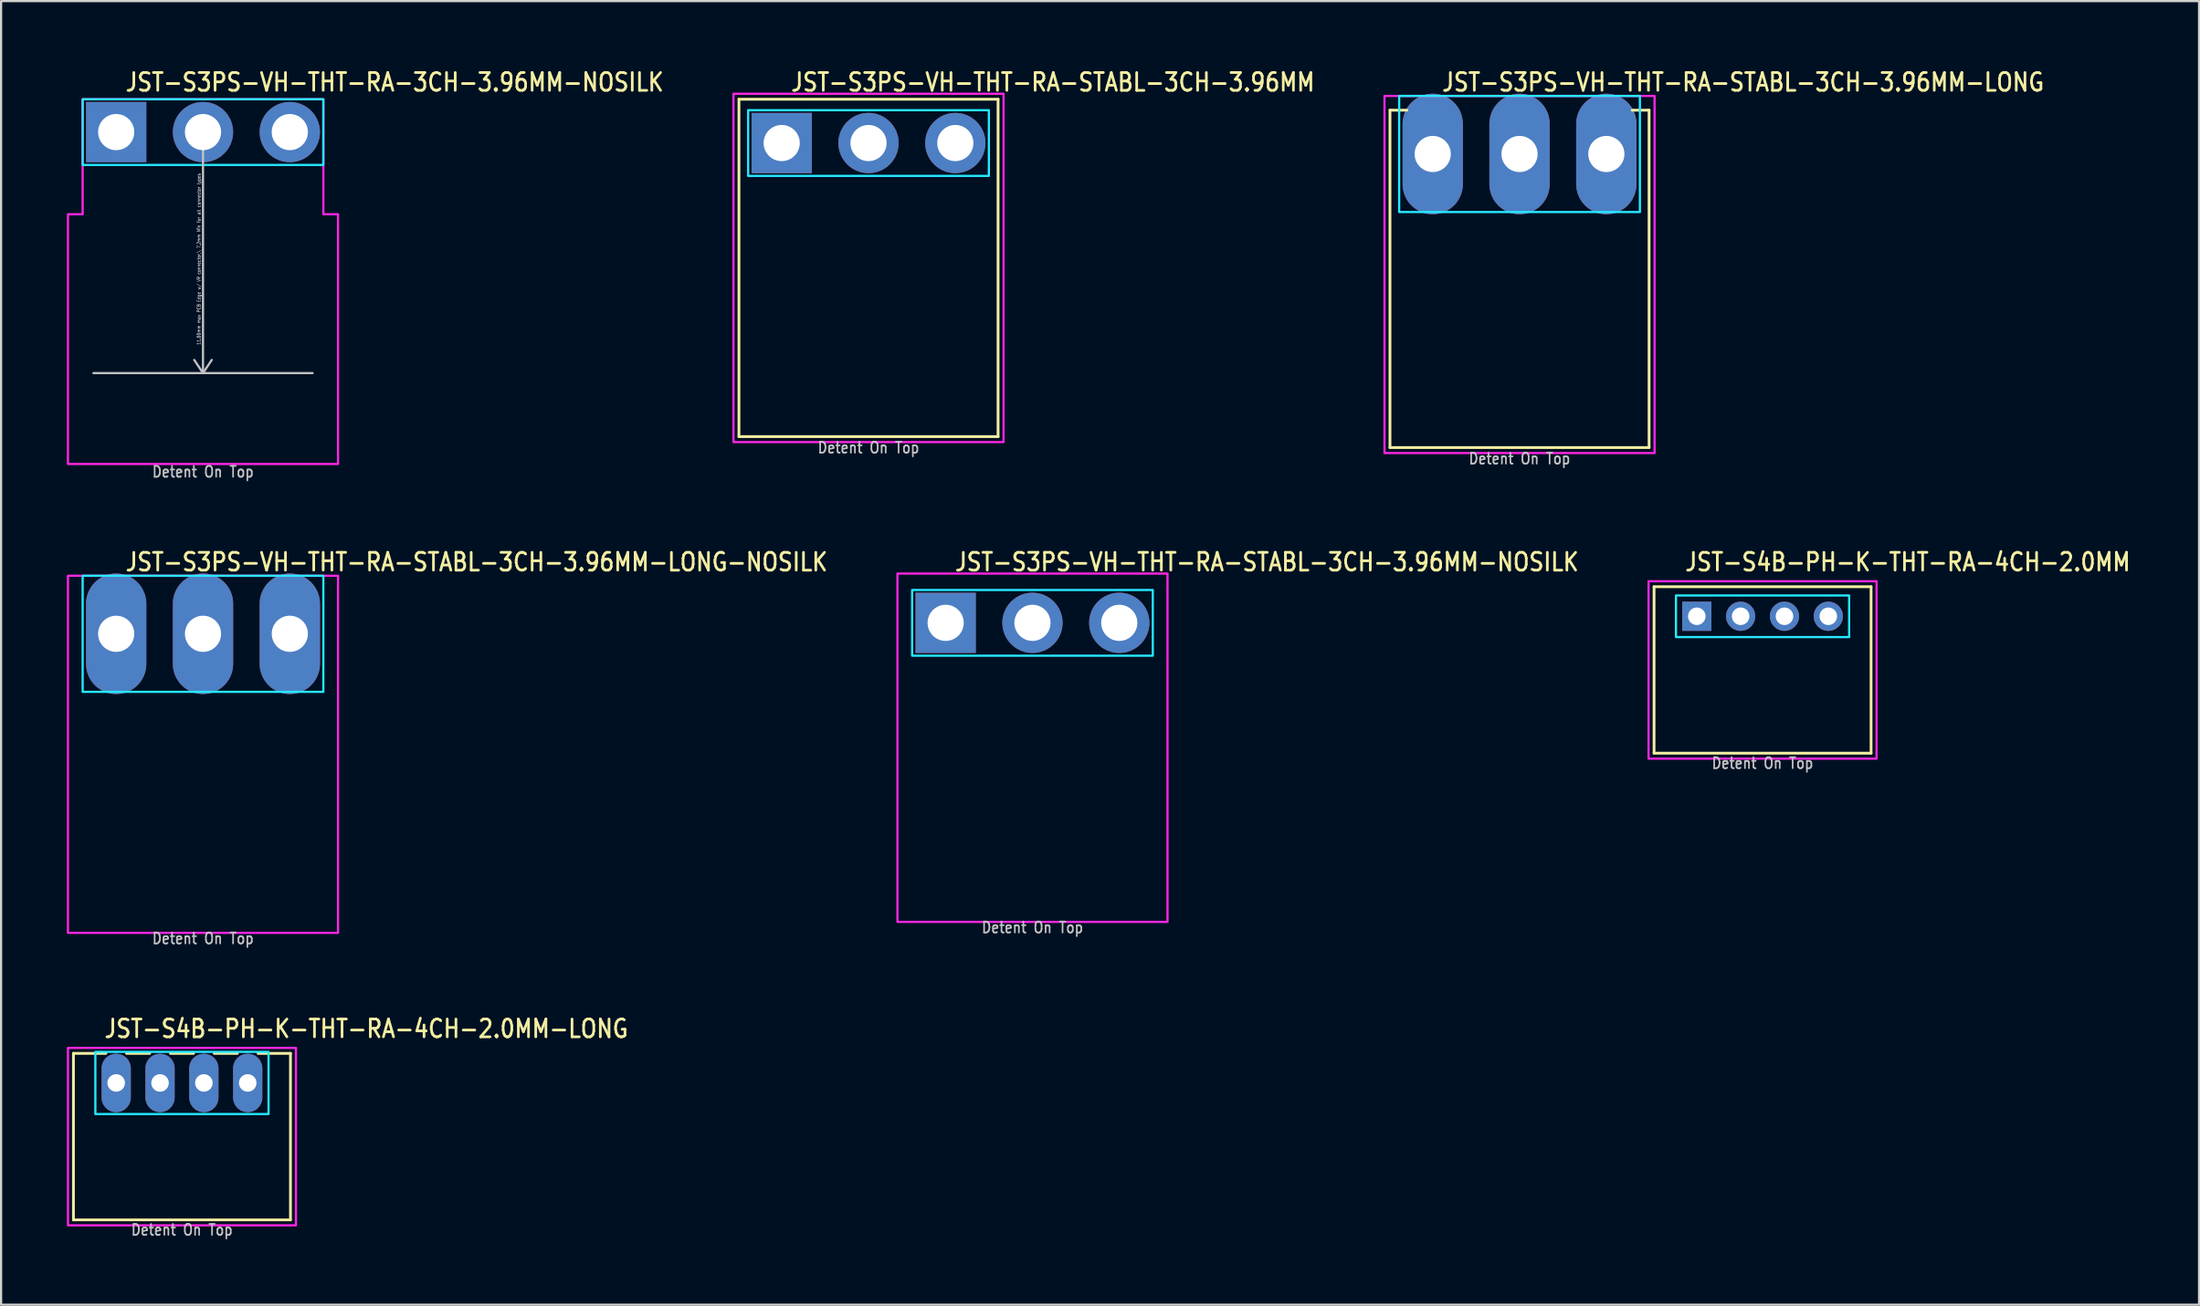
<source format=kicad_pcb>
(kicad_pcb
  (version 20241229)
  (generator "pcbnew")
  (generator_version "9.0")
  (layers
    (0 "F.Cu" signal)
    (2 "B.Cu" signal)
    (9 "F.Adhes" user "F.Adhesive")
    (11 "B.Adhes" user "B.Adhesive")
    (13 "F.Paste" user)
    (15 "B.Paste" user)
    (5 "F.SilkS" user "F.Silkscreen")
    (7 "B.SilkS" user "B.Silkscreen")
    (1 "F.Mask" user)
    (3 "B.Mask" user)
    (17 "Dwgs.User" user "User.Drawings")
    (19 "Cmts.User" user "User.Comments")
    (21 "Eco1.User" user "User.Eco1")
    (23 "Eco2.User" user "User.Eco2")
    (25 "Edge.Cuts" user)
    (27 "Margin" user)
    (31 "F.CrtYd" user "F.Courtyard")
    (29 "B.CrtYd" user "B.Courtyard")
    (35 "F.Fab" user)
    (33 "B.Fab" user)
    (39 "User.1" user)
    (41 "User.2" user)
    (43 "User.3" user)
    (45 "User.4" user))
  (footprint "JST-S3PS-VH-THT-RA-STABL-3CH-3.96MM-LONG"
    (layer "F.Cu")
    (at 66.265 3.979)
    (property "Reference" "JST-S3PS-VH-THT-RA-STABL-3CH-3.96MM-LONG" (at -3.6 -2.8 0) (unlocked yes) (layer "F.SilkS") (effects (font (size 0.813 0.695) (thickness 0.122)) (justify left bottom)))
    (fp_line (start -5.91 -2) (end -5.14 -2) (stroke (width 0.127) (type solid)) (layer "F.SilkS"))
    (fp_line (start -5.91 13.4) (end -5.91 -2) (stroke (width 0.127) (type solid)) (layer "F.SilkS"))
    (fp_line (start -5.91 13.4) (end 5.91 13.4) (stroke (width 0.127) (type solid)) (layer "F.SilkS"))
    (fp_line (start 5.91 -2) (end 5.14 -2) (stroke (width 0.127) (type solid)) (layer "F.SilkS"))
    (fp_line (start 5.91 -2) (end 5.91 13.4) (stroke (width 0.127) (type solid)) (layer "F.SilkS"))
    (fp_poly (pts (xy -5.49 -2.65) (xy -5.49 2.65) (xy 5.49 2.65) (xy 5.49 -2.65)) (stroke (width 0.1) (type solid)) (fill no) (layer "B.CrtYd"))
    (fp_poly (pts (xy -6.16 -2.65) (xy -6.16 13.65) (xy 6.16 13.65) (xy 6.16 -2.65)) (stroke (width 0.1) (type solid)) (fill no) (layer "F.CrtYd"))
    (fp_text user "Detent On Top" (at 0 14.2 0) (unlocked yes) (layer "Dwgs.User") (effects (font (size 0.5 0.427) (thickness 0.075)) (justify bottom)))
    (pad "P$1" thru_hole oval (at -3.96 0 90) (size 5.5 2.75) (drill 1.65) (layers "*.Cu" "*.Mask"))
    (pad "P$2" thru_hole oval (at 0 0 90) (size 5.5 2.75) (drill 1.65) (layers "*.Cu" "*.Mask"))
    (pad "P$3" thru_hole oval (at 3.96 0 90) (size 5.5 2.75) (drill 1.65) (layers "*.Cu" "*.Mask")))
  (footprint "JST-S3PS-VH-THT-RA-STABL-3CH-3.96MM-LONG-NOSILK"
    (layer "F.Cu")
    (at 6.21 25.88)
    (property "Reference" "JST-S3PS-VH-THT-RA-STABL-3CH-3.96MM-LONG-NOSILK" (at -3.6 -2.8 0) (unlocked yes) (layer "F.SilkS") (effects (font (size 0.813 0.695) (thickness 0.122)) (justify left bottom)))
    (fp_poly (pts (xy -5.49 -2.65) (xy -5.49 2.65) (xy 5.49 2.65) (xy 5.49 -2.65)) (stroke (width 0.1) (type solid)) (fill no) (layer "B.CrtYd"))
    (fp_poly (pts (xy -6.16 -2.65) (xy -6.16 13.65) (xy 6.16 13.65) (xy 6.16 -2.65)) (stroke (width 0.1) (type solid)) (fill no) (layer "F.CrtYd"))
    (fp_text user "Detent On Top" (at 0 14.2 0) (unlocked yes) (layer "Dwgs.User") (effects (font (size 0.5 0.427) (thickness 0.075)) (justify bottom)))
    (pad "P$1" thru_hole oval (at -3.96 0 90) (size 5.5 2.75) (drill 1.65) (layers "*.Cu" "*.Mask"))
    (pad "P$2" thru_hole oval (at 0 0 90) (size 5.5 2.75) (drill 1.65) (layers "*.Cu" "*.Mask"))
    (pad "P$3" thru_hole oval (at 3.96 0 90) (size 5.5 2.75) (drill 1.65) (layers "*.Cu" "*.Mask")))
  (footprint "JST-S4B-PH-K-THT-RA-4CH-2.0MM-LONG"
    (layer "F.Cu")
    (at 5.25 46.382)
    (property "Reference" "JST-S4B-PH-K-THT-RA-4CH-2.0MM-LONG" (at -3.6 -2 0) (unlocked yes) (layer "F.SilkS") (effects (font (size 0.813 0.695) (thickness 0.122)) (justify left bottom)))
    (fp_line (start -4.95 -1.35) (end -3.471 -1.35) (stroke (width 0.127) (type solid)) (layer "F.SilkS"))
    (fp_line (start -4.95 6.25) (end -4.95 -1.35) (stroke (width 0.127) (type solid)) (layer "F.SilkS"))
    (fp_line (start -4.95 6.25) (end 4.95 6.25) (stroke (width 0.127) (type solid)) (layer "F.SilkS"))
    (fp_line (start -2.529 -1.35) (end -1.471 -1.35) (stroke (width 0.127) (type solid)) (layer "F.SilkS"))
    (fp_line (start -0.529 -1.35) (end 0.529 -1.35) (stroke (width 0.127) (type solid)) (layer "F.SilkS"))
    (fp_line (start 1.471 -1.35) (end 2.529 -1.35) (stroke (width 0.127) (type solid)) (layer "F.SilkS"))
    (fp_line (start 3.471 -1.35) (end 4.95 -1.35) (stroke (width 0.127) (type solid)) (layer "F.SilkS"))
    (fp_line (start 4.95 -1.35) (end 4.95 6.25) (stroke (width 0.127) (type solid)) (layer "F.SilkS"))
    (fp_poly (pts (xy -3.95 -1.42) (xy -3.95 1.42) (xy 3.95 1.42) (xy 3.95 -1.42)) (stroke (width 0.1) (type solid)) (fill no) (layer "B.CrtYd"))
    (fp_poly (pts (xy -5.2 -1.6) (xy -5.2 6.5) (xy 5.2 6.5) (xy 5.2 -1.6)) (stroke (width 0.1) (type solid)) (fill no) (layer "F.CrtYd"))
    (fp_text user "Detent On Top" (at 0 7 0) (unlocked yes) (layer "Dwgs.User") (effects (font (size 0.5 0.427) (thickness 0.075)) (justify bottom)))
    (pad "P$1" thru_hole oval (at -3 0 90) (size 2.667 1.333) (drill 0.8) (layers "*.Cu" "*.Mask"))
    (pad "P$2" thru_hole oval (at -1 0 90) (size 2.667 1.333) (drill 0.8) (layers "*.Cu" "*.Mask"))
    (pad "P$3" thru_hole oval (at 1 0 90) (size 2.667 1.333) (drill 0.8) (layers "*.Cu" "*.Mask"))
    (pad "P$4" thru_hole oval (at 3 0 90) (size 2.667 1.333) (drill 0.8) (layers "*.Cu" "*.Mask")))
  (footprint "JST-S3PS-VH-THT-RA-STABL-3CH-3.96MM-NOSILK"
    (layer "F.Cu")
    (at 44.047 25.38)
    (property "Reference" "JST-S3PS-VH-THT-RA-STABL-3CH-3.96MM-NOSILK" (at -3.6 -2.3 0) (unlocked yes) (layer "F.SilkS") (effects (font (size 0.813 0.695) (thickness 0.122)) (justify left bottom)))
    (fp_poly (pts (xy -5.49 -1.5) (xy -5.49 1.5) (xy 5.49 1.5) (xy 5.49 -1.5)) (stroke (width 0.1) (type solid)) (fill no) (layer "B.CrtYd"))
    (fp_poly (pts (xy -6.16 13.65) (xy 6.16 13.65) (xy 6.16 -2.25) (xy -6.16 -2.25)) (stroke (width 0.1) (type solid)) (fill no) (layer "F.CrtYd"))
    (fp_text user "Detent On Top" (at 0 14.2 0) (unlocked yes) (layer "Dwgs.User") (effects (font (size 0.5 0.427) (thickness 0.075)) (justify bottom)))
    (pad "P$1" thru_hole rect (at -3.96 0) (size 2.75 2.75) (drill 1.65) (layers "*.Cu" "*.Mask"))
    (pad "P$2" thru_hole oval (at 0 0) (size 2.75 2.75) (drill 1.65) (layers "*.Cu" "*.Mask"))
    (pad "P$3" thru_hole oval (at 3.96 0) (size 2.75 2.75) (drill 1.65) (layers "*.Cu" "*.Mask")))
  (footprint "JST-S4B-PH-K-THT-RA-4CH-2.0MM"
    (layer "F.Cu")
    (at 77.351 25.08)
    (property "Reference" "JST-S4B-PH-K-THT-RA-4CH-2.0MM" (at -3.6 -2 0) (unlocked yes) (layer "F.SilkS") (effects (font (size 0.813 0.695) (thickness 0.122)) (justify left bottom)))
    (fp_line (start -4.95 -1.35) (end 4.95 -1.35) (stroke (width 0.127) (type solid)) (layer "F.SilkS"))
    (fp_line (start -4.95 6.25) (end -4.95 -1.35) (stroke (width 0.127) (type solid)) (layer "F.SilkS"))
    (fp_line (start -4.95 6.25) (end 4.95 6.25) (stroke (width 0.127) (type solid)) (layer "F.SilkS"))
    (fp_line (start 4.95 -1.35) (end 4.95 6.25) (stroke (width 0.127) (type solid)) (layer "F.SilkS"))
    (fp_poly (pts (xy -3.95 -0.95) (xy -3.95 0.95) (xy 3.95 0.95) (xy 3.95 -0.95)) (stroke (width 0.1) (type solid)) (fill no) (layer "B.CrtYd"))
    (fp_poly (pts (xy -5.2 -1.6) (xy -5.2 6.5) (xy 5.2 6.5) (xy 5.2 -1.6)) (stroke (width 0.1) (type solid)) (fill no) (layer "F.CrtYd"))
    (fp_text user "Detent On Top" (at 0 7 0) (unlocked yes) (layer "Dwgs.User") (effects (font (size 0.5 0.427) (thickness 0.075)) (justify bottom)))
    (pad "P$1" thru_hole rect (at -3 0) (size 1.333 1.333) (drill 0.8) (layers "*.Cu" "*.Mask"))
    (pad "P$2" thru_hole oval (at -1 0) (size 1.333 1.333) (drill 0.8) (layers "*.Cu" "*.Mask"))
    (pad "P$3" thru_hole oval (at 1 0) (size 1.333 1.333) (drill 0.8) (layers "*.Cu" "*.Mask"))
    (pad "P$4" thru_hole oval (at 3 0) (size 1.333 1.333) (drill 0.8) (layers "*.Cu" "*.Mask")))
  (footprint "JST-S3PS-VH-THT-RA-STABL-3CH-3.96MM"
    (layer "F.Cu")
    (at 36.568 3.479)
    (property "Reference" "JST-S3PS-VH-THT-RA-STABL-3CH-3.96MM" (at -3.6 -2.3 0) (unlocked yes) (layer "F.SilkS") (effects (font (size 0.813 0.695) (thickness 0.122)) (justify left bottom)))
    (fp_line (start -5.91 -2) (end 5.91 -2) (stroke (width 0.127) (type solid)) (layer "F.SilkS"))
    (fp_line (start -5.91 13.4) (end -5.91 -2) (stroke (width 0.127) (type solid)) (layer "F.SilkS"))
    (fp_line (start -5.91 13.4) (end 5.91 13.4) (stroke (width 0.127) (type solid)) (layer "F.SilkS"))
    (fp_line (start 5.91 -2) (end 5.91 13.4) (stroke (width 0.127) (type solid)) (layer "F.SilkS"))
    (fp_poly (pts (xy -5.49 -1.5) (xy -5.49 1.5) (xy 5.49 1.5) (xy 5.49 -1.5)) (stroke (width 0.1) (type solid)) (fill no) (layer "B.CrtYd"))
    (fp_poly (pts (xy -6.16 13.65) (xy 6.16 13.65) (xy 6.16 -2.25) (xy -6.16 -2.25)) (stroke (width 0.1) (type solid)) (fill no) (layer "F.CrtYd"))
    (fp_text user "Detent On Top" (at 0 14.2 0) (unlocked yes) (layer "Dwgs.User") (effects (font (size 0.5 0.427) (thickness 0.075)) (justify bottom)))
    (pad "P$1" thru_hole rect (at -3.96 0) (size 2.75 2.75) (drill 1.65) (layers "*.Cu" "*.Mask"))
    (pad "P$2" thru_hole oval (at 0 0) (size 2.75 2.75) (drill 1.65) (layers "*.Cu" "*.Mask"))
    (pad "P$3" thru_hole oval (at 3.96 0) (size 2.75 2.75) (drill 1.65) (layers "*.Cu" "*.Mask")))
  (footprint "JST-S3PS-VH-THT-RA-3CH-3.96MM-NOSILK"
    (layer "F.Cu")
    (at 6.21 2.979)
    (property "Reference" "JST-S3PS-VH-THT-RA-3CH-3.96MM-NOSILK" (at -3.6 -1.8 0) (unlocked yes) (layer "F.SilkS") (effects (font (size 0.813 0.695) (thickness 0.122)) (justify left bottom)))
    (fp_line (start -5 11) (end 5 11) (stroke (width 0.1) (type solid)) (layer "Dwgs.User"))
    (fp_line (start 0 0) (end -0.4 0.6) (stroke (width 0.1) (type solid)) (layer "Dwgs.User"))
    (fp_line (start 0 0) (end 0 11) (stroke (width 0.1) (type solid)) (layer "Dwgs.User"))
    (fp_line (start 0 0) (end 0.4 0.6) (stroke (width 0.1) (type solid)) (layer "Dwgs.User"))
    (fp_line (start 0 11) (end -0.4 10.4) (stroke (width 0.1) (type solid)) (layer "Dwgs.User"))
    (fp_line (start 0 11) (end 0.4 10.4) (stroke (width 0.1) (type solid)) (layer "Dwgs.User"))
    (fp_poly (pts (xy -5.49 -1.5) (xy -5.49 1.5) (xy 5.49 1.5) (xy 5.49 -1.5)) (stroke (width 0.1) (type solid)) (fill no) (layer "B.CrtYd"))
    (fp_poly (pts (xy -6.16 3.75) (xy -6.16 15.15) (xy 6.16 15.15) (xy 6.16 3.75) (xy 5.49 3.75) (xy 5.49 -1.5) (xy -5.49 -1.5) (xy -5.49 3.75)) (stroke (width 0.1) (type solid)) (fill no) (layer "F.CrtYd"))
    (fp_text user "Detent On Top" (at 0 15.8 0) (unlocked yes) (layer "Dwgs.User") (effects (font (size 0.5 0.427) (thickness 0.075)) (justify bottom)))
    (fp_text user "11.00mm max PCB Edge w/ VR connector,\\ 7.2mm Min for all connector types" (at -0.1 5.8 90) (unlocked yes) (layer "Dwgs.User") (effects (font (size 0.15 0.128) (thickness 0.022)) (justify bottom)))
    (pad "P$1" thru_hole rect (at -3.96 0) (size 2.75 2.75) (drill 1.65) (layers "*.Cu" "*.Mask"))
    (pad "P$2" thru_hole oval (at 0 0) (size 2.75 2.75) (drill 1.65) (layers "*.Cu" "*.Mask"))
    (pad "P$3" thru_hole oval (at 3.96 0) (size 2.75 2.75) (drill 1.65) (layers "*.Cu" "*.Mask")))
  (gr_rect
    (start -3 -3)
    (end 97.263 56.505)
    (stroke (width 0.1) (type default))
    (fill no)
    (layer "Edge.Cuts")))
</source>
